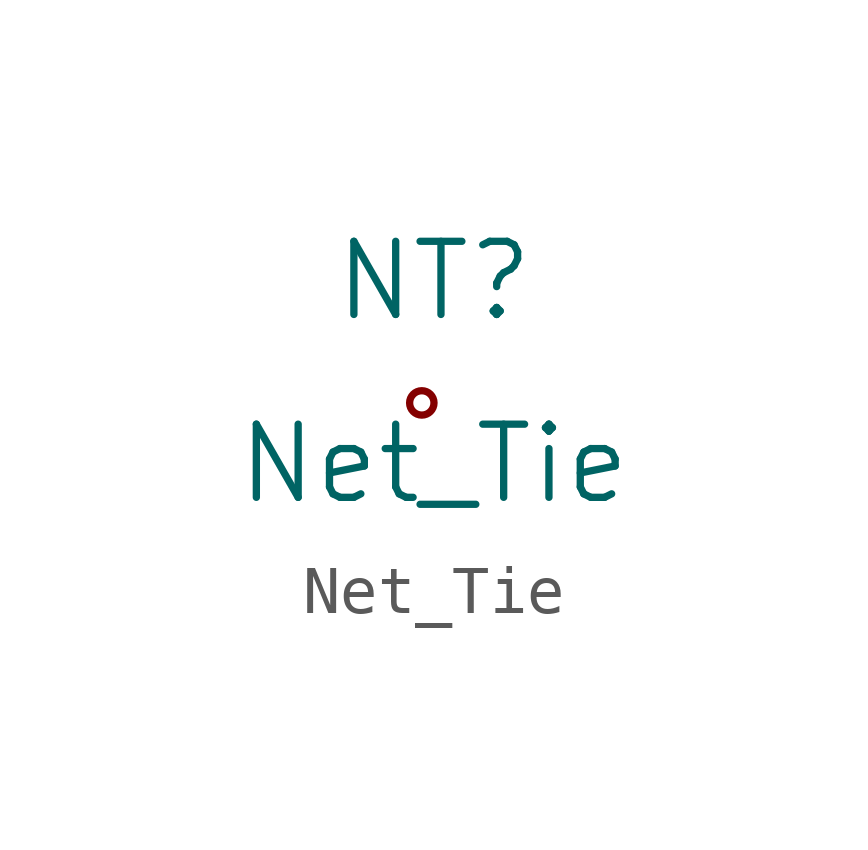
<source format=kicad_sym>
(kicad_symbol_lib
  (version 20211014)
  (generator kicad_symbol_editor)
  (symbol "Net_Tie"
    (pin_names
      (offset 1.016))
    (property "Reference" "NT"
      (at 0.254 2.54 0)
      (effects (font (size 1.524 1.524))))
    (property "Value" "Net_Tie"
      (at 0.254 -1.27 0)
      (effects (font (size 1.524 1.524))))
    (symbol "Net_Tie_0_1"
      (circle (center 0 0) (radius 0.254) (stroke (width 0) (type default) (color 0 0 0 0)) (fill (type none))))
    (symbol "Net_Tie_1_1"
      (pin input line (at -1.27 0 0) (length 0.991) hide (name "~" (effects (font (size 1.27 1.27)))) (number "1" (effects (font (size 1.27 1.27)))))
      (pin input line (at 1.27 0 180) (length 0.991) hide (name "~" (effects (font (size 1.27 1.27)))) (number "2" (effects (font (size 1.27 1.27))))))))
</source>
